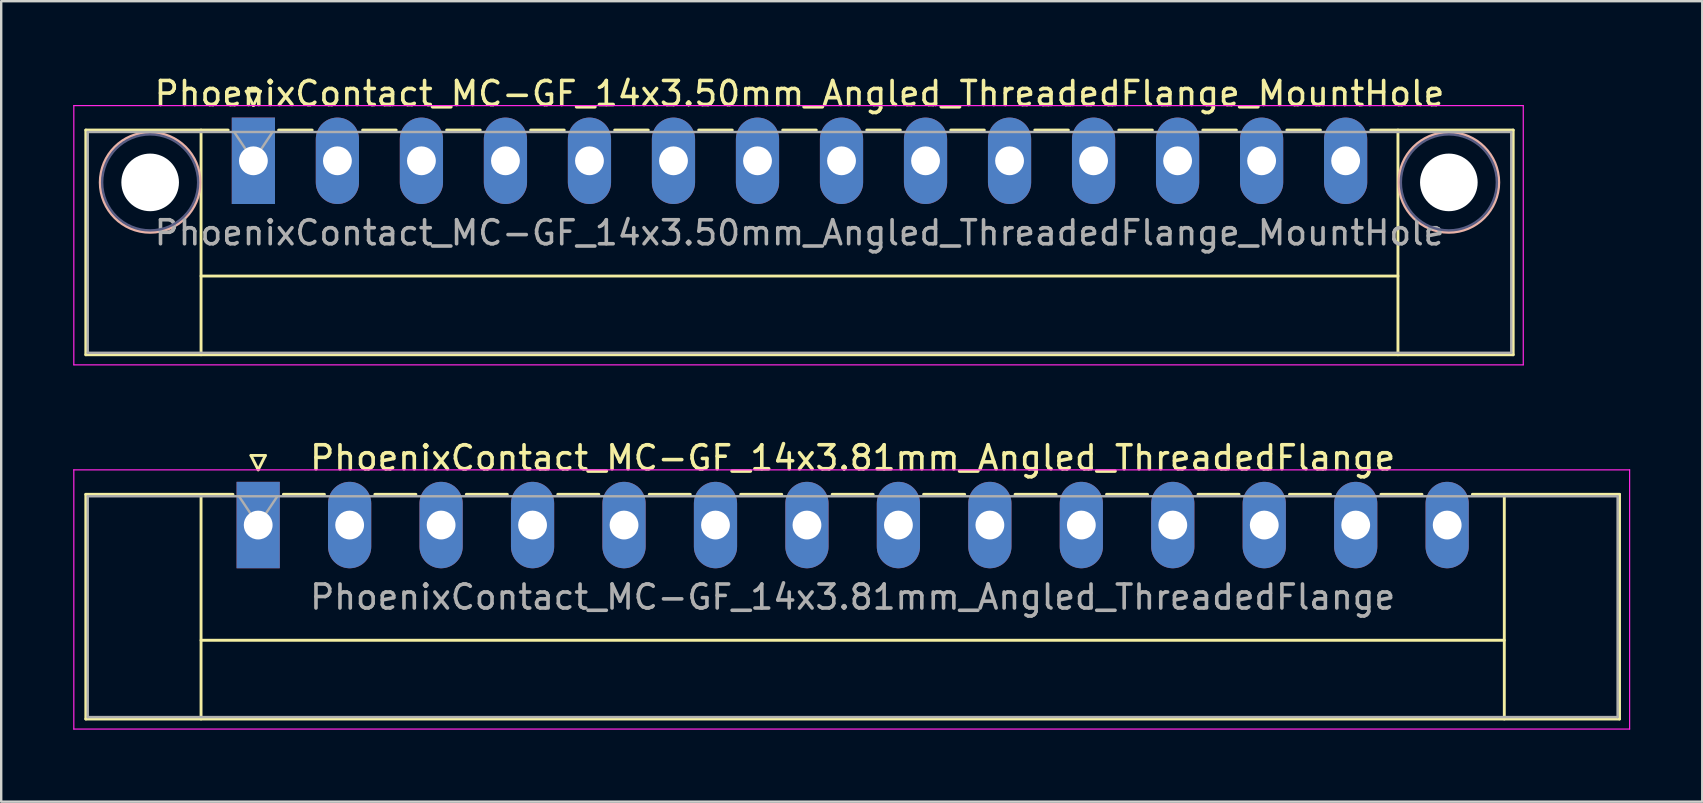
<source format=kicad_pcb>
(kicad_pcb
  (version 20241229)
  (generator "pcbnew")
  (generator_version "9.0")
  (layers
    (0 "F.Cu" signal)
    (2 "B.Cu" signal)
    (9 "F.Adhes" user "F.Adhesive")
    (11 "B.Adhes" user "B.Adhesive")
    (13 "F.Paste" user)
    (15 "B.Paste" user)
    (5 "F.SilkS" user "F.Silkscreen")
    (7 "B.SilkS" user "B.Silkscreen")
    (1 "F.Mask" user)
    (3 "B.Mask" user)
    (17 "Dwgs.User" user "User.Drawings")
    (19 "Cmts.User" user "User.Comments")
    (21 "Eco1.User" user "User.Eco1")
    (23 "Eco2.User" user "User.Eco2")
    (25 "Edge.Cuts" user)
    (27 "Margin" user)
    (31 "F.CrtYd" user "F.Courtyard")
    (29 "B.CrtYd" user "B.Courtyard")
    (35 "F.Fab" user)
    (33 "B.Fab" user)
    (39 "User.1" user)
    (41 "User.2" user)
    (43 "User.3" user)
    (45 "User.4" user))
  (footprint "PhoenixContact_MC-GF_14x3.50mm_Angled_ThreadedFlange_MountHole"
    (layer "F.Cu")
    (at 7.505 3.648)
    (property "Reference" "PhoenixContact_MC-GF_14x3.50mm_Angled_ThreadedFlange_MountHole" (at 22.75 -2.8 0) (layer "F.SilkS") (effects (font (size 1 1) (thickness 0.15))))
    (attr through_hole)
    (fp_line (start -6.98 -1.28) (end -6.98 8.08) (stroke (width 0.12) (type solid)) (layer "F.SilkS"))
    (fp_line (start -6.98 -1.28) (end -1.05 -1.28) (stroke (width 0.12) (type solid)) (layer "F.SilkS"))
    (fp_line (start -6.98 8.08) (end 52.48 8.08) (stroke (width 0.12) (type solid)) (layer "F.SilkS"))
    (fp_line (start -2.18 -1.28) (end -2.18 8.08) (stroke (width 0.12) (type solid)) (layer "F.SilkS"))
    (fp_line (start -2.18 4.8) (end 47.68 4.8) (stroke (width 0.12) (type solid)) (layer "F.SilkS"))
    (fp_line (start -0.3 -2.9) (end 0.3 -2.9) (stroke (width 0.12) (type solid)) (layer "F.SilkS"))
    (fp_line (start 0 -2.3) (end -0.3 -2.9) (stroke (width 0.12) (type solid)) (layer "F.SilkS"))
    (fp_line (start 0.3 -2.9) (end 0 -2.3) (stroke (width 0.12) (type solid)) (layer "F.SilkS"))
    (fp_line (start 1.05 -1.28) (end 2.45 -1.28) (stroke (width 0.12) (type solid)) (layer "F.SilkS"))
    (fp_line (start 4.55 -1.28) (end 5.95 -1.28) (stroke (width 0.12) (type solid)) (layer "F.SilkS"))
    (fp_line (start 8.05 -1.28) (end 9.45 -1.28) (stroke (width 0.12) (type solid)) (layer "F.SilkS"))
    (fp_line (start 11.55 -1.28) (end 12.95 -1.28) (stroke (width 0.12) (type solid)) (layer "F.SilkS"))
    (fp_line (start 15.05 -1.28) (end 16.45 -1.28) (stroke (width 0.12) (type solid)) (layer "F.SilkS"))
    (fp_line (start 18.55 -1.28) (end 19.95 -1.28) (stroke (width 0.12) (type solid)) (layer "F.SilkS"))
    (fp_line (start 22.05 -1.28) (end 23.45 -1.28) (stroke (width 0.12) (type solid)) (layer "F.SilkS"))
    (fp_line (start 25.55 -1.28) (end 26.95 -1.28) (stroke (width 0.12) (type solid)) (layer "F.SilkS"))
    (fp_line (start 29.05 -1.28) (end 30.45 -1.28) (stroke (width 0.12) (type solid)) (layer "F.SilkS"))
    (fp_line (start 32.55 -1.28) (end 33.95 -1.28) (stroke (width 0.12) (type solid)) (layer "F.SilkS"))
    (fp_line (start 36.05 -1.28) (end 37.45 -1.28) (stroke (width 0.12) (type solid)) (layer "F.SilkS"))
    (fp_line (start 39.55 -1.28) (end 40.95 -1.28) (stroke (width 0.12) (type solid)) (layer "F.SilkS"))
    (fp_line (start 43.05 -1.28) (end 44.45 -1.28) (stroke (width 0.12) (type solid)) (layer "F.SilkS"))
    (fp_line (start 47.68 -1.28) (end 47.68 8.08) (stroke (width 0.12) (type solid)) (layer "F.SilkS"))
    (fp_line (start 52.48 -1.28) (end 46.55 -1.28) (stroke (width 0.12) (type solid)) (layer "F.SilkS"))
    (fp_line (start 52.48 8.08) (end 52.48 -1.28) (stroke (width 0.12) (type solid)) (layer "F.SilkS"))
    (fp_circle (center -4.3 0.9) (end -2.22 0.9) (stroke (width 0.12) (type solid)) (fill no) (layer "B.SilkS"))
    (fp_circle (center 49.8 0.9) (end 51.88 0.9) (stroke (width 0.12) (type solid)) (fill no) (layer "B.SilkS"))
    (fp_line (start -7.48 -2.3) (end -7.48 8.5) (stroke (width 0.05) (type solid)) (layer "F.CrtYd"))
    (fp_line (start -7.48 8.5) (end 52.9 8.5) (stroke (width 0.05) (type solid)) (layer "F.CrtYd"))
    (fp_line (start 52.9 -2.3) (end -7.48 -2.3) (stroke (width 0.05) (type solid)) (layer "F.CrtYd"))
    (fp_line (start 52.9 8.5) (end 52.9 -2.3) (stroke (width 0.05) (type solid)) (layer "F.CrtYd"))
    (fp_circle (center -4.3 0.9) (end -2.3 0.9) (stroke (width 0.1) (type solid)) (fill no) (layer "B.Fab"))
    (fp_circle (center 49.8 0.9) (end 51.8 0.9) (stroke (width 0.1) (type solid)) (fill no) (layer "B.Fab"))
    (fp_line (start -6.9 -1.2) (end -6.9 8) (stroke (width 0.1) (type solid)) (layer "F.Fab"))
    (fp_line (start -6.9 8) (end 52.4 8) (stroke (width 0.1) (type solid)) (layer "F.Fab"))
    (fp_line (start 0 0) (end -0.8 -1.2) (stroke (width 0.1) (type solid)) (layer "F.Fab"))
    (fp_line (start 0.8 -1.2) (end 0 0) (stroke (width 0.1) (type solid)) (layer "F.Fab"))
    (fp_line (start 52.4 -1.2) (end -6.9 -1.2) (stroke (width 0.1) (type solid)) (layer "F.Fab"))
    (fp_line (start 52.4 8) (end 52.4 -1.2) (stroke (width 0.1) (type solid)) (layer "F.Fab"))
    (fp_text user "${REFERENCE}" (at 22.75 3 0) (layer "F.Fab") (effects (font (size 1 1) (thickness 0.15))))
    (pad "" np_thru_hole circle (at -4.3 0.9) (size 2.4 2.4) (drill 2.4) (layers "*.Cu" "*.Mask"))
    (pad "" np_thru_hole circle (at 49.8 0.9) (size 2.4 2.4) (drill 2.4) (layers "*.Cu" "*.Mask"))
    (pad "1" thru_hole rect (at 0 0) (size 1.8 3.6) (drill 1.2) (layers "*.Cu" "*.Mask"))
    (pad "2" thru_hole oval (at 3.5 0) (size 1.8 3.6) (drill 1.2) (layers "*.Cu" "*.Mask"))
    (pad "3" thru_hole oval (at 7 0) (size 1.8 3.6) (drill 1.2) (layers "*.Cu" "*.Mask"))
    (pad "4" thru_hole oval (at 10.5 0) (size 1.8 3.6) (drill 1.2) (layers "*.Cu" "*.Mask"))
    (pad "5" thru_hole oval (at 14 0) (size 1.8 3.6) (drill 1.2) (layers "*.Cu" "*.Mask"))
    (pad "6" thru_hole oval (at 17.5 0) (size 1.8 3.6) (drill 1.2) (layers "*.Cu" "*.Mask"))
    (pad "7" thru_hole oval (at 21 0) (size 1.8 3.6) (drill 1.2) (layers "*.Cu" "*.Mask"))
    (pad "8" thru_hole oval (at 24.5 0) (size 1.8 3.6) (drill 1.2) (layers "*.Cu" "*.Mask"))
    (pad "9" thru_hole oval (at 28 0) (size 1.8 3.6) (drill 1.2) (layers "*.Cu" "*.Mask"))
    (pad "10" thru_hole oval (at 31.5 0) (size 1.8 3.6) (drill 1.2) (layers "*.Cu" "*.Mask"))
    (pad "11" thru_hole oval (at 35 0) (size 1.8 3.6) (drill 1.2) (layers "*.Cu" "*.Mask"))
    (pad "12" thru_hole oval (at 38.5 0) (size 1.8 3.6) (drill 1.2) (layers "*.Cu" "*.Mask"))
    (pad "13" thru_hole oval (at 42 0) (size 1.8 3.6) (drill 1.2) (layers "*.Cu" "*.Mask"))
    (pad "14" thru_hole oval (at 45.5 0) (size 1.8 3.6) (drill 1.2) (layers "*.Cu" "*.Mask")))
  (footprint "PhoenixContact_MC-GF_14x3.81mm_Angled_ThreadedFlange"
    (layer "F.Cu")
    (at 7.705 18.822)
    (property "Reference" "PhoenixContact_MC-GF_14x3.81mm_Angled_ThreadedFlange" (at 24.765 -2.8 0) (layer "F.SilkS") (effects (font (size 1 1) (thickness 0.15))))
    (attr through_hole)
    (fp_line (start -7.18 -1.28) (end -7.18 8.08) (stroke (width 0.12) (type solid)) (layer "F.SilkS"))
    (fp_line (start -7.18 -1.28) (end -1.05 -1.28) (stroke (width 0.12) (type solid)) (layer "F.SilkS"))
    (fp_line (start -7.18 8.08) (end 56.71 8.08) (stroke (width 0.12) (type solid)) (layer "F.SilkS"))
    (fp_line (start -2.38 -1.28) (end -2.38 8.08) (stroke (width 0.12) (type solid)) (layer "F.SilkS"))
    (fp_line (start -2.38 4.8) (end 51.91 4.8) (stroke (width 0.12) (type solid)) (layer "F.SilkS"))
    (fp_line (start -0.3 -2.9) (end 0.3 -2.9) (stroke (width 0.12) (type solid)) (layer "F.SilkS"))
    (fp_line (start 0 -2.3) (end -0.3 -2.9) (stroke (width 0.12) (type solid)) (layer "F.SilkS"))
    (fp_line (start 0.3 -2.9) (end 0 -2.3) (stroke (width 0.12) (type solid)) (layer "F.SilkS"))
    (fp_line (start 1.05 -1.28) (end 2.76 -1.28) (stroke (width 0.12) (type solid)) (layer "F.SilkS"))
    (fp_line (start 4.86 -1.28) (end 6.57 -1.28) (stroke (width 0.12) (type solid)) (layer "F.SilkS"))
    (fp_line (start 8.67 -1.28) (end 10.38 -1.28) (stroke (width 0.12) (type solid)) (layer "F.SilkS"))
    (fp_line (start 12.48 -1.28) (end 14.19 -1.28) (stroke (width 0.12) (type solid)) (layer "F.SilkS"))
    (fp_line (start 16.29 -1.28) (end 18 -1.28) (stroke (width 0.12) (type solid)) (layer "F.SilkS"))
    (fp_line (start 20.1 -1.28) (end 21.81 -1.28) (stroke (width 0.12) (type solid)) (layer "F.SilkS"))
    (fp_line (start 23.91 -1.28) (end 25.62 -1.28) (stroke (width 0.12) (type solid)) (layer "F.SilkS"))
    (fp_line (start 27.72 -1.28) (end 29.43 -1.28) (stroke (width 0.12) (type solid)) (layer "F.SilkS"))
    (fp_line (start 31.53 -1.28) (end 33.24 -1.28) (stroke (width 0.12) (type solid)) (layer "F.SilkS"))
    (fp_line (start 35.34 -1.28) (end 37.05 -1.28) (stroke (width 0.12) (type solid)) (layer "F.SilkS"))
    (fp_line (start 39.15 -1.28) (end 40.86 -1.28) (stroke (width 0.12) (type solid)) (layer "F.SilkS"))
    (fp_line (start 42.96 -1.28) (end 44.67 -1.28) (stroke (width 0.12) (type solid)) (layer "F.SilkS"))
    (fp_line (start 46.77 -1.28) (end 48.48 -1.28) (stroke (width 0.12) (type solid)) (layer "F.SilkS"))
    (fp_line (start 51.91 -1.28) (end 51.91 8.08) (stroke (width 0.12) (type solid)) (layer "F.SilkS"))
    (fp_line (start 56.71 -1.28) (end 50.58 -1.28) (stroke (width 0.12) (type solid)) (layer "F.SilkS"))
    (fp_line (start 56.71 8.08) (end 56.71 -1.28) (stroke (width 0.12) (type solid)) (layer "F.SilkS"))
    (fp_line (start -7.68 -2.3) (end -7.68 8.5) (stroke (width 0.05) (type solid)) (layer "F.CrtYd"))
    (fp_line (start -7.68 8.5) (end 57.13 8.5) (stroke (width 0.05) (type solid)) (layer "F.CrtYd"))
    (fp_line (start 57.13 -2.3) (end -7.68 -2.3) (stroke (width 0.05) (type solid)) (layer "F.CrtYd"))
    (fp_line (start 57.13 8.5) (end 57.13 -2.3) (stroke (width 0.05) (type solid)) (layer "F.CrtYd"))
    (fp_line (start -7.1 -1.2) (end -7.1 8) (stroke (width 0.1) (type solid)) (layer "F.Fab"))
    (fp_line (start -7.1 8) (end 56.63 8) (stroke (width 0.1) (type solid)) (layer "F.Fab"))
    (fp_line (start 0 0) (end -0.8 -1.2) (stroke (width 0.1) (type solid)) (layer "F.Fab"))
    (fp_line (start 0.8 -1.2) (end 0 0) (stroke (width 0.1) (type solid)) (layer "F.Fab"))
    (fp_line (start 56.63 -1.2) (end -7.1 -1.2) (stroke (width 0.1) (type solid)) (layer "F.Fab"))
    (fp_line (start 56.63 8) (end 56.63 -1.2) (stroke (width 0.1) (type solid)) (layer "F.Fab"))
    (fp_text user "${REFERENCE}" (at 24.765 3 0) (layer "F.Fab") (effects (font (size 1 1) (thickness 0.15))))
    (pad "1" thru_hole rect (at 0 0) (size 1.8 3.6) (drill 1.2) (layers "*.Cu" "*.Mask"))
    (pad "2" thru_hole oval (at 3.81 0) (size 1.8 3.6) (drill 1.2) (layers "*.Cu" "*.Mask"))
    (pad "3" thru_hole oval (at 7.62 0) (size 1.8 3.6) (drill 1.2) (layers "*.Cu" "*.Mask"))
    (pad "4" thru_hole oval (at 11.43 0) (size 1.8 3.6) (drill 1.2) (layers "*.Cu" "*.Mask"))
    (pad "5" thru_hole oval (at 15.24 0) (size 1.8 3.6) (drill 1.2) (layers "*.Cu" "*.Mask"))
    (pad "6" thru_hole oval (at 19.05 0) (size 1.8 3.6) (drill 1.2) (layers "*.Cu" "*.Mask"))
    (pad "7" thru_hole oval (at 22.86 0) (size 1.8 3.6) (drill 1.2) (layers "*.Cu" "*.Mask"))
    (pad "8" thru_hole oval (at 26.67 0) (size 1.8 3.6) (drill 1.2) (layers "*.Cu" "*.Mask"))
    (pad "9" thru_hole oval (at 30.48 0) (size 1.8 3.6) (drill 1.2) (layers "*.Cu" "*.Mask"))
    (pad "10" thru_hole oval (at 34.29 0) (size 1.8 3.6) (drill 1.2) (layers "*.Cu" "*.Mask"))
    (pad "11" thru_hole oval (at 38.1 0) (size 1.8 3.6) (drill 1.2) (layers "*.Cu" "*.Mask"))
    (pad "12" thru_hole oval (at 41.91 0) (size 1.8 3.6) (drill 1.2) (layers "*.Cu" "*.Mask"))
    (pad "13" thru_hole oval (at 45.72 0) (size 1.8 3.6) (drill 1.2) (layers "*.Cu" "*.Mask"))
    (pad "14" thru_hole oval (at 49.53 0) (size 1.8 3.6) (drill 1.2) (layers "*.Cu" "*.Mask")))
  (gr_rect
    (start -3 -3)
    (end 67.86 30.346)
    (stroke (width 0.1) (type default))
    (fill no)
    (layer "Edge.Cuts")))
</source>
